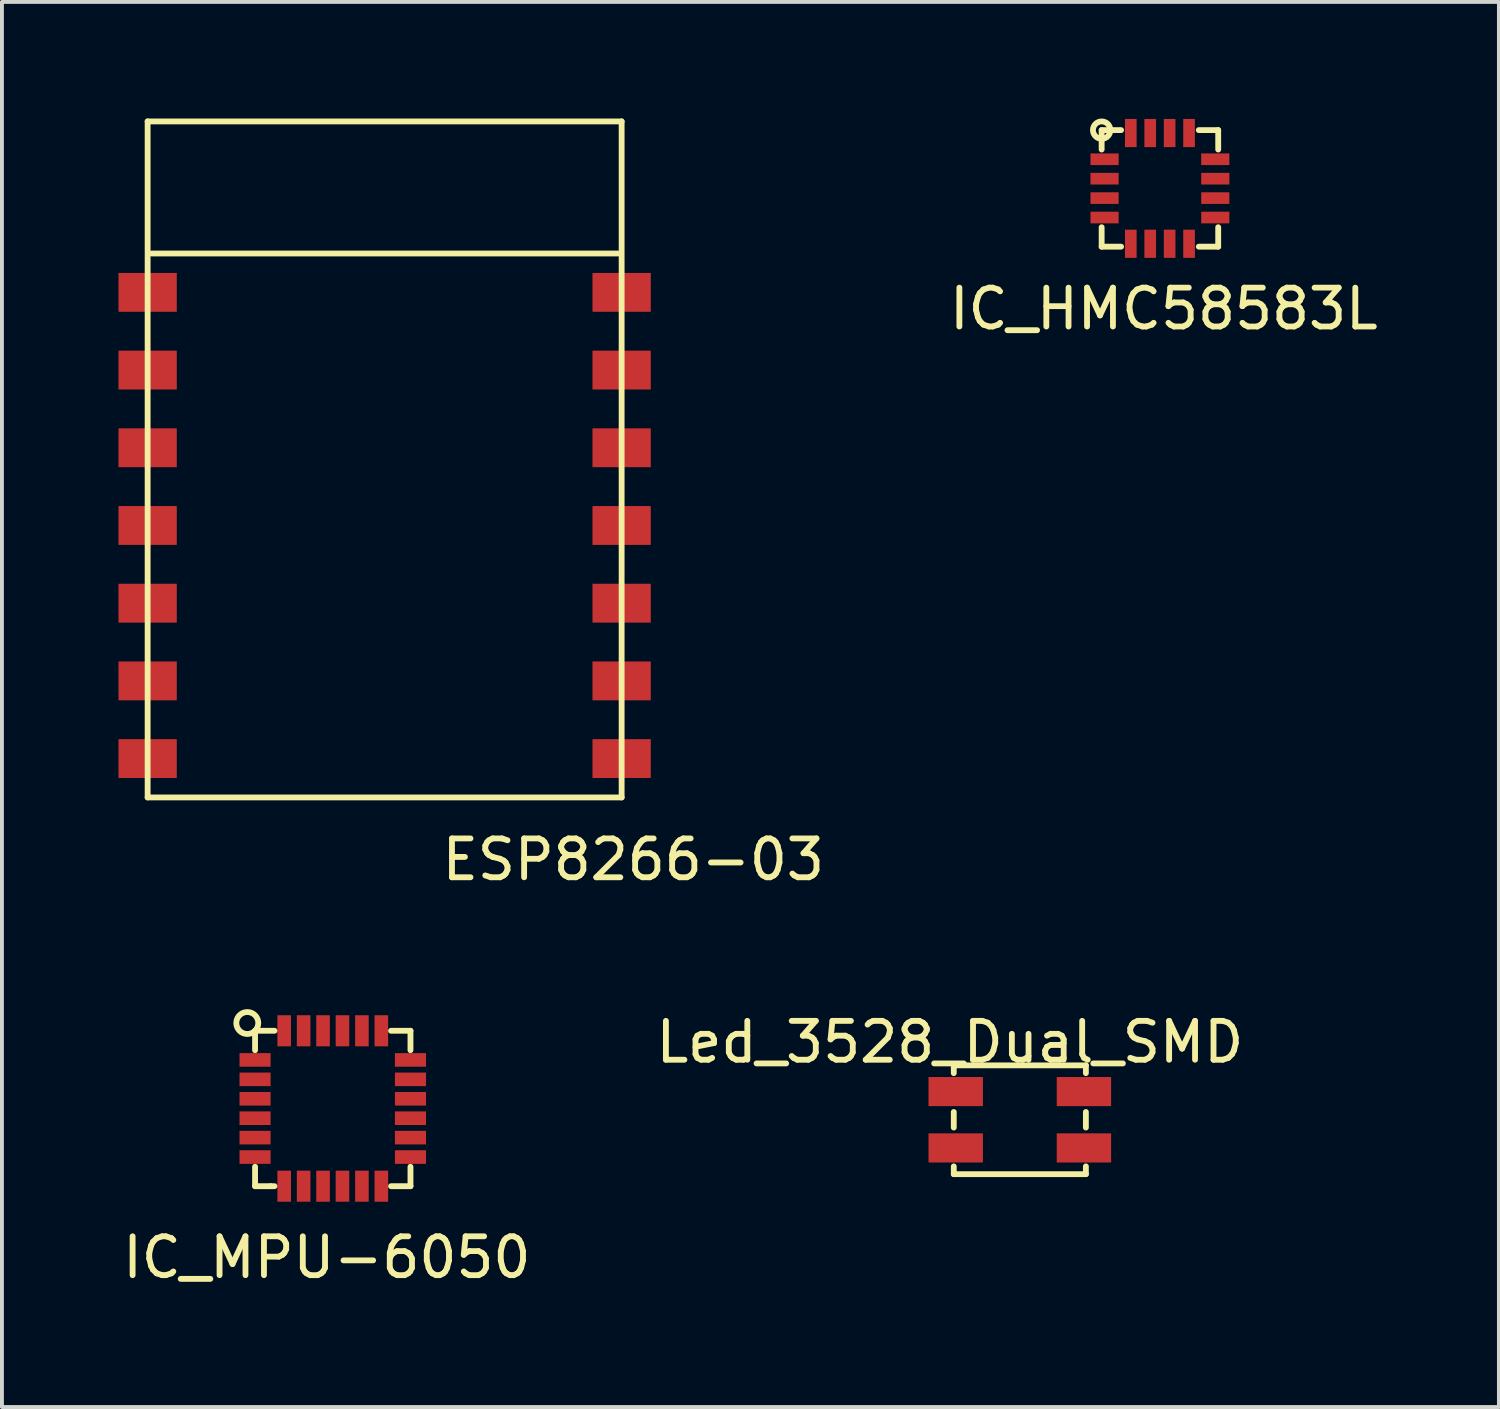
<source format=kicad_pcb>
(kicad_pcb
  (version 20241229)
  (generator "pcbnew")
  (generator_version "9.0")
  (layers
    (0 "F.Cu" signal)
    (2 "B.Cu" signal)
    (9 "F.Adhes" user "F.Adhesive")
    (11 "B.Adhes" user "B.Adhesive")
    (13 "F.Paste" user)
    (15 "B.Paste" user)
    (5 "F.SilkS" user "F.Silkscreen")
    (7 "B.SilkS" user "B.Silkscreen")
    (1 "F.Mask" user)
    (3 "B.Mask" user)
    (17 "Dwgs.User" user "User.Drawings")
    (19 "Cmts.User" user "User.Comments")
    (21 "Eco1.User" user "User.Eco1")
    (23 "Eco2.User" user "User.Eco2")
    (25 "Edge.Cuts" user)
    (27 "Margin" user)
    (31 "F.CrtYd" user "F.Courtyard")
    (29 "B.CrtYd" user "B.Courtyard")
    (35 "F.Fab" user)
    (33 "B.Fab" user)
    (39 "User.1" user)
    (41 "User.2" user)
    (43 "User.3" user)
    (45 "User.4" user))
  (footprint "IC_HMC58583L"
    (layer "F.Cu")
    (at 26.805 1.799)
    (property "Reference" "IC_HMC58583L" (at 0.1 3.1 0) (layer "F.SilkS") (effects (font (size 1 1) (thickness 0.15))))
    (attr through_hole)
    (fp_line (start -1.5 -1.5) (end -1.5 -1) (stroke (width 0.15) (type solid)) (layer "F.SilkS"))
    (fp_line (start -1.5 -1.5) (end -1 -1.5) (stroke (width 0.15) (type solid)) (layer "F.SilkS"))
    (fp_line (start -1.5 1) (end -1.5 1.5) (stroke (width 0.15) (type solid)) (layer "F.SilkS"))
    (fp_line (start -1.5 1.5) (end -1 1.5) (stroke (width 0.15) (type solid)) (layer "F.SilkS"))
    (fp_line (start 1 -1.5) (end 1.5 -1.5) (stroke (width 0.15) (type solid)) (layer "F.SilkS"))
    (fp_line (start 1 1.5) (end 1.5 1.5) (stroke (width 0.15) (type solid)) (layer "F.SilkS"))
    (fp_line (start 1.5 -1.5) (end 1.5 -1) (stroke (width 0.15) (type solid)) (layer "F.SilkS"))
    (fp_line (start 1.5 1.5) (end 1.5 1) (stroke (width 0.15) (type solid)) (layer "F.SilkS"))
    (fp_circle (center -1.5 -1.5) (end -1.6 -1.7) (stroke (width 0.15) (type solid)) (fill no) (layer "F.SilkS"))
    (pad "1" smd rect (at -1.425 -0.75) (size 0.725 0.3) (layers "F.Cu" "F.Mask" "F.Paste"))
    (pad "2" smd rect (at -1.425 -0.25) (size 0.725 0.3) (layers "F.Cu" "F.Mask" "F.Paste"))
    (pad "3" smd rect (at -1.425 0.25) (size 0.725 0.3) (layers "F.Cu" "F.Mask" "F.Paste"))
    (pad "4" smd rect (at -1.425 0.75) (size 0.725 0.3) (layers "F.Cu" "F.Mask" "F.Paste"))
    (pad "5" smd rect (at -0.75 1.425) (size 0.3 0.725) (layers "F.Cu" "F.Mask" "F.Paste"))
    (pad "6" smd rect (at -0.25 1.425) (size 0.3 0.725) (layers "F.Cu" "F.Mask" "F.Paste"))
    (pad "7" smd rect (at 0.25 1.425) (size 0.3 0.725) (layers "F.Cu" "F.Mask" "F.Paste"))
    (pad "8" smd rect (at 0.75 1.425) (size 0.3 0.725) (layers "F.Cu" "F.Mask" "F.Paste"))
    (pad "9" smd rect (at 1.425 0.75) (size 0.725 0.3) (layers "F.Cu" "F.Mask" "F.Paste"))
    (pad "10" smd rect (at 1.425 0.25) (size 0.725 0.3) (layers "F.Cu" "F.Mask" "F.Paste"))
    (pad "11" smd rect (at 1.425 -0.25) (size 0.725 0.3) (layers "F.Cu" "F.Mask" "F.Paste"))
    (pad "12" smd rect (at 1.425 -0.75) (size 0.725 0.3) (layers "F.Cu" "F.Mask" "F.Paste"))
    (pad "13" smd rect (at 0.75 -1.425) (size 0.3 0.725) (layers "F.Cu" "F.Mask" "F.Paste"))
    (pad "14" smd rect (at 0.25 -1.425) (size 0.3 0.725) (layers "F.Cu" "F.Mask" "F.Paste"))
    (pad "15" smd rect (at -0.25 -1.425) (size 0.3 0.725) (layers "F.Cu" "F.Mask" "F.Paste"))
    (pad "16" smd rect (at -0.75 -1.425) (size 0.3 0.725) (layers "F.Cu" "F.Mask" "F.Paste")))
  (footprint "ESP8266-03"
    (layer "F.Cu")
    (at 6.85 17.475)
    (property "Reference" "ESP8266-03" (at 6.4 1.6 0) (layer "F.SilkS") (effects (font (size 1 1) (thickness 0.15))))
    (attr through_hole)
    (fp_line (start -6.1 -17.4) (end -6.1 0) (stroke (width 0.15) (type solid)) (layer "F.SilkS"))
    (fp_line (start -6.1 -17.4) (end 6.1 -17.4) (stroke (width 0.15) (type solid)) (layer "F.SilkS"))
    (fp_line (start -6.1 0) (end 6.1 0) (stroke (width 0.15) (type solid)) (layer "F.SilkS"))
    (fp_line (start 6 -14) (end -6 -14) (stroke (width 0.15) (type solid)) (layer "F.SilkS"))
    (fp_line (start 6.1 -17.4) (end 6.1 0) (stroke (width 0.15) (type solid)) (layer "F.SilkS"))
    (pad "1" smd rect (at 6.1 -1) (size 1.5 1) (layers "F.Cu" "F.Mask" "F.Paste"))
    (pad "2" smd rect (at 6.1 -3) (size 1.5 1) (layers "F.Cu" "F.Mask" "F.Paste"))
    (pad "3" smd rect (at 6.1 -5) (size 1.5 1) (layers "F.Cu" "F.Mask" "F.Paste"))
    (pad "4" smd rect (at 6.1 -7) (size 1.5 1) (layers "F.Cu" "F.Mask" "F.Paste"))
    (pad "5" smd rect (at 6.1 -9) (size 1.5 1) (layers "F.Cu" "F.Mask" "F.Paste"))
    (pad "6" smd rect (at 6.1 -11) (size 1.5 1) (layers "F.Cu" "F.Mask" "F.Paste"))
    (pad "7" smd rect (at 6.1 -13) (size 1.5 1) (layers "F.Cu" "F.Mask" "F.Paste"))
    (pad "8" smd rect (at -6.1 -13) (size 1.5 1) (layers "F.Cu" "F.Mask" "F.Paste"))
    (pad "9" smd rect (at -6.1 -11) (size 1.5 1) (layers "F.Cu" "F.Mask" "F.Paste"))
    (pad "10" smd rect (at -6.1 -9) (size 1.5 1) (layers "F.Cu" "F.Mask" "F.Paste"))
    (pad "11" smd rect (at -6.1 -7) (size 1.5 1) (layers "F.Cu" "F.Mask" "F.Paste"))
    (pad "12" smd rect (at -6.1 -5) (size 1.5 1) (layers "F.Cu" "F.Mask" "F.Paste"))
    (pad "13" smd rect (at -6.1 -3) (size 1.5 1) (layers "F.Cu" "F.Mask" "F.Paste"))
    (pad "14" smd rect (at -6.1 -1) (size 1.5 1) (layers "F.Cu" "F.Mask" "F.Paste")))
  (footprint "Led_3528_Dual_SMD"
    (layer "F.Cu")
    (at 23.199 25.771)
    (property "Reference" "Led_3528_Dual_SMD" (at -1.8 -2 0) (layer "F.SilkS") (effects (font (size 1 1) (thickness 0.15))))
    (attr through_hole)
    (fp_line (start -1.7 -1.4) (end -1.7 -1.2) (stroke (width 0.15) (type solid)) (layer "F.SilkS"))
    (fp_line (start -1.7 -0.2) (end -1.7 0.2) (stroke (width 0.15) (type solid)) (layer "F.SilkS"))
    (fp_line (start -1.7 1.2) (end -1.7 1.4) (stroke (width 0.15) (type solid)) (layer "F.SilkS"))
    (fp_line (start -1.7 1.4) (end 1.7 1.4) (stroke (width 0.15) (type solid)) (layer "F.SilkS"))
    (fp_line (start 1.7 -1.4) (end -1.7 -1.4) (stroke (width 0.15) (type solid)) (layer "F.SilkS"))
    (fp_line (start 1.7 -1.4) (end 1.7 -1.2) (stroke (width 0.15) (type solid)) (layer "F.SilkS"))
    (fp_line (start 1.7 -0.2) (end 1.7 0.2) (stroke (width 0.15) (type solid)) (layer "F.SilkS"))
    (fp_line (start 1.7 1.2) (end 1.7 1.4) (stroke (width 0.15) (type solid)) (layer "F.SilkS"))
    (pad "1" smd rect (at 1.65 0.725) (size 1.4 0.75) (layers "F.Cu" "F.Mask" "F.Paste"))
    (pad "2" smd rect (at -1.65 0.725) (size 1.4 0.75) (layers "F.Cu" "F.Mask" "F.Paste"))
    (pad "3" smd rect (at -1.65 -0.725) (size 1.4 0.75) (layers "F.Cu" "F.Mask" "F.Paste"))
    (pad "4" smd rect (at 1.65 -0.725) (size 1.4 0.75) (layers "F.Cu" "F.Mask" "F.Paste")))
  (footprint "IC_MPU-6050"
    (layer "F.Cu")
    (at 5.515 25.481)
    (property "Reference" "IC_MPU-6050" (at -0.152 3.835 0) (layer "F.SilkS") (effects (font (size 1 1) (thickness 0.15))))
    (attr through_hole)
    (fp_line (start -2 -2) (end -2 -1.5) (stroke (width 0.15) (type solid)) (layer "F.SilkS"))
    (fp_line (start -2 -2) (end -1.5 -2) (stroke (width 0.15) (type solid)) (layer "F.SilkS"))
    (fp_line (start -2 1.5) (end -2 2) (stroke (width 0.15) (type solid)) (layer "F.SilkS"))
    (fp_line (start -2 2) (end -1.6 2) (stroke (width 0.15) (type solid)) (layer "F.SilkS"))
    (fp_line (start -1.6 2) (end -1.5 2) (stroke (width 0.15) (type solid)) (layer "F.SilkS"))
    (fp_line (start 1.5 2) (end 2 2) (stroke (width 0.15) (type solid)) (layer "F.SilkS"))
    (fp_line (start 2 -2) (end 1.5 -2) (stroke (width 0.15) (type solid)) (layer "F.SilkS"))
    (fp_line (start 2 -1.5) (end 2 -2) (stroke (width 0.15) (type solid)) (layer "F.SilkS"))
    (fp_line (start 2 2) (end 2 1.5) (stroke (width 0.15) (type solid)) (layer "F.SilkS"))
    (fp_circle (center -2.2 -2.2) (end -2 -2) (stroke (width 0.15) (type solid)) (fill no) (layer "F.SilkS"))
    (pad "1" smd rect (at -2 -1.25) (size 0.8 0.35) (layers "F.Cu" "F.Mask" "F.Paste"))
    (pad "2" smd rect (at -2 -0.75) (size 0.8 0.35) (layers "F.Cu" "F.Mask" "F.Paste"))
    (pad "3" smd rect (at -2 -0.25) (size 0.8 0.35) (layers "F.Cu" "F.Mask" "F.Paste"))
    (pad "4" smd rect (at -2 0.25) (size 0.8 0.35) (layers "F.Cu" "F.Mask" "F.Paste"))
    (pad "5" smd rect (at -2 0.75) (size 0.8 0.35) (layers "F.Cu" "F.Mask" "F.Paste"))
    (pad "6" smd rect (at -2 1.25) (size 0.8 0.35) (layers "F.Cu" "F.Mask" "F.Paste"))
    (pad "7" smd rect (at -1.25 2) (size 0.35 0.8) (layers "F.Cu" "F.Mask" "F.Paste"))
    (pad "8" smd rect (at -0.75 2) (size 0.35 0.8) (layers "F.Cu" "F.Mask" "F.Paste"))
    (pad "9" smd rect (at -0.25 2) (size 0.35 0.8) (layers "F.Cu" "F.Mask" "F.Paste"))
    (pad "10" smd rect (at 0.25 2) (size 0.35 0.8) (layers "F.Cu" "F.Mask" "F.Paste"))
    (pad "11" smd rect (at 0.75 2) (size 0.35 0.8) (layers "F.Cu" "F.Mask" "F.Paste"))
    (pad "12" smd rect (at 1.25 2) (size 0.35 0.8) (layers "F.Cu" "F.Mask" "F.Paste"))
    (pad "13" smd rect (at 2 1.25) (size 0.8 0.35) (layers "F.Cu" "F.Mask" "F.Paste"))
    (pad "14" smd rect (at 2 0.75) (size 0.8 0.35) (layers "F.Cu" "F.Mask" "F.Paste"))
    (pad "15" smd rect (at 2 0.25) (size 0.8 0.35) (layers "F.Cu" "F.Mask" "F.Paste"))
    (pad "16" smd rect (at 2 -0.25) (size 0.8 0.35) (layers "F.Cu" "F.Mask" "F.Paste"))
    (pad "17" smd rect (at 2 -0.75) (size 0.8 0.35) (layers "F.Cu" "F.Mask" "F.Paste"))
    (pad "18" smd rect (at 2 -1.25) (size 0.8 0.35) (layers "F.Cu" "F.Mask" "F.Paste"))
    (pad "19" smd rect (at 1.25 -2) (size 0.35 0.8) (layers "F.Cu" "F.Mask" "F.Paste"))
    (pad "20" smd rect (at 0.75 -2) (size 0.35 0.8) (layers "F.Cu" "F.Mask" "F.Paste"))
    (pad "21" smd rect (at 0.25 -2) (size 0.35 0.8) (layers "F.Cu" "F.Mask" "F.Paste"))
    (pad "22" smd rect (at -0.25 -2) (size 0.35 0.8) (layers "F.Cu" "F.Mask" "F.Paste"))
    (pad "23" smd rect (at -0.75 -2) (size 0.35 0.8) (layers "F.Cu" "F.Mask" "F.Paste"))
    (pad "24" smd rect (at -1.25 -2) (size 0.35 0.8) (layers "F.Cu" "F.Mask" "F.Paste")))
  (gr_rect
    (start -3 -3)
    (end 35.53 33.165)
    (stroke (width 0.1) (type default))
    (fill no)
    (layer "Edge.Cuts")))
</source>
